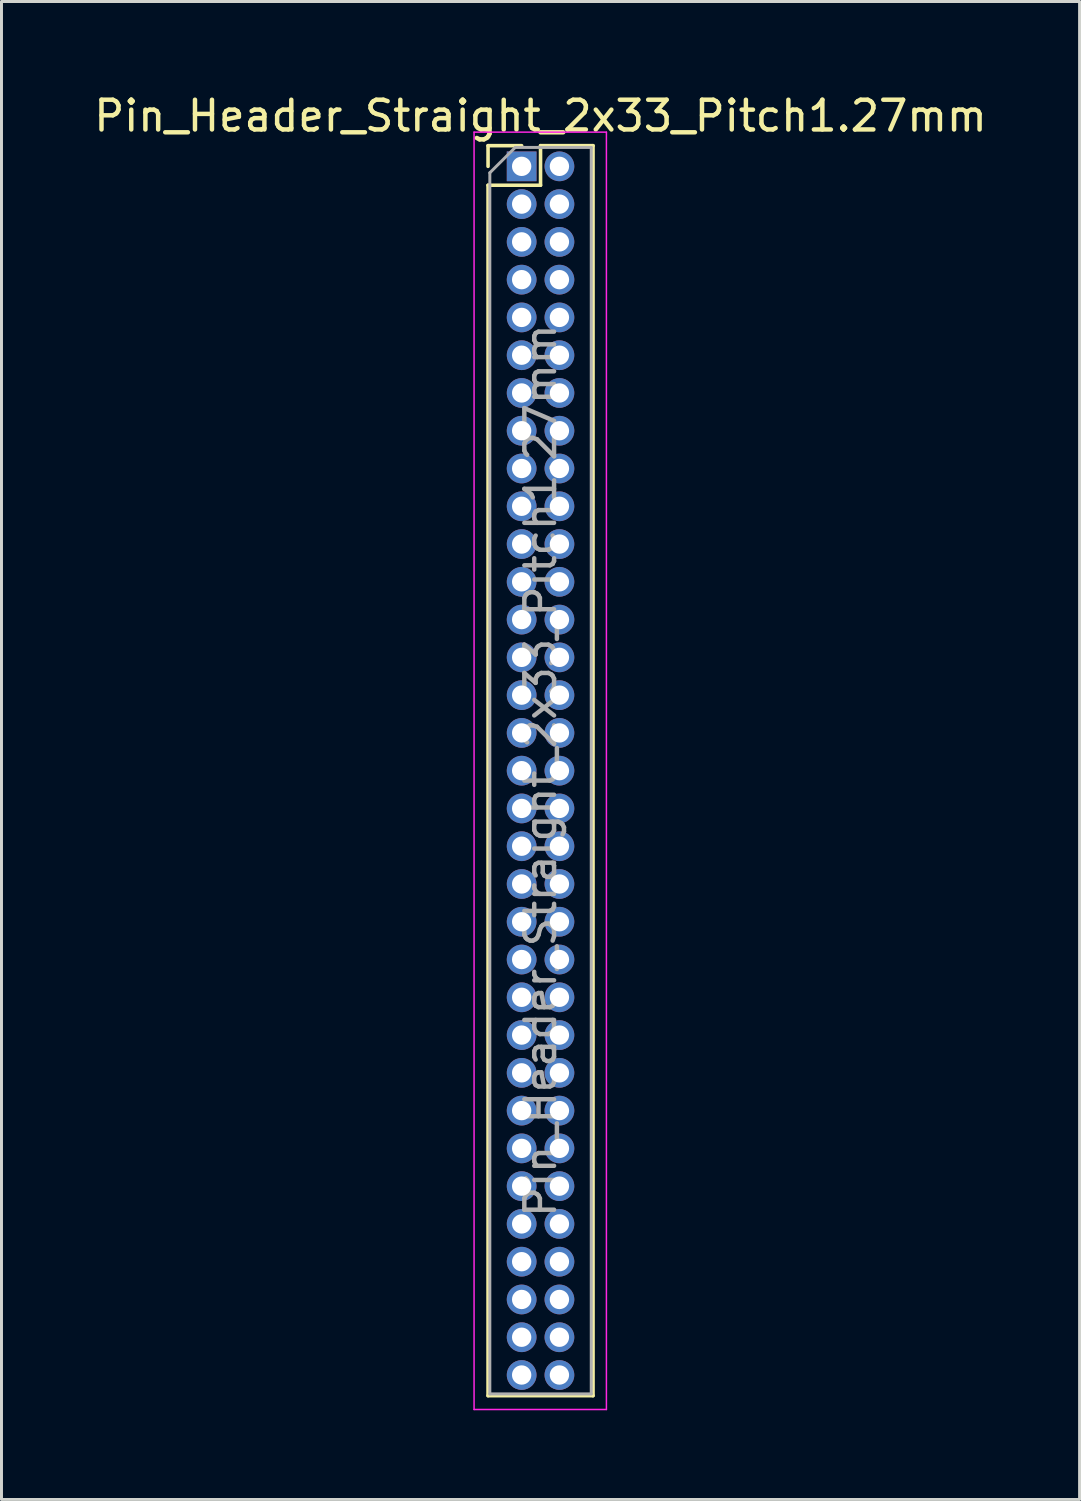
<source format=kicad_pcb>
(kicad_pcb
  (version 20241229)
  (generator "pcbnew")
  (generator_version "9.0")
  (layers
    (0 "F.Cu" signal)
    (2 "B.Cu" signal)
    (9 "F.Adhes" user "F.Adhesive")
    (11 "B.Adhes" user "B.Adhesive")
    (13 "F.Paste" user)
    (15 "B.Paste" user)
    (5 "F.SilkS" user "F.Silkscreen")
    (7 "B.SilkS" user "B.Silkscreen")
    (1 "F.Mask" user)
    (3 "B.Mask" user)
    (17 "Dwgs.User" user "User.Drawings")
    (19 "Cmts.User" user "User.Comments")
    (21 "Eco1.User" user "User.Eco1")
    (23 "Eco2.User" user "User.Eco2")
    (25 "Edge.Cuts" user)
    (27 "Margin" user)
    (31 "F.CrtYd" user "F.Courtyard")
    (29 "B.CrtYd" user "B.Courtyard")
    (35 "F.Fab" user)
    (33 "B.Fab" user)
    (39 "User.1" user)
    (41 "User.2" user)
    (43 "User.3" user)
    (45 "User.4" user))
  (footprint "Pin_Header_Straight_2x33_Pitch1.27mm"
    (layer "F.Cu")
    (at 14.49 2.543)
    (property "Reference" "Pin_Header_Straight_2x33_Pitch1.27mm" (at 0.635 -1.695 0) (layer "F.SilkS") (effects (font (size 1 1) (thickness 0.15))))
    (attr through_hole)
    (fp_line (start -1.13 -0.695) (end 0 -0.695) (stroke (width 0.12) (type solid)) (layer "F.SilkS"))
    (fp_line (start -1.13 0) (end -1.13 -0.695) (stroke (width 0.12) (type solid)) (layer "F.SilkS"))
    (fp_line (start -1.13 0.635) (end -1.13 41.335) (stroke (width 0.12) (type solid)) (layer "F.SilkS"))
    (fp_line (start -1.13 41.335) (end 2.4 41.335) (stroke (width 0.12) (type solid)) (layer "F.SilkS"))
    (fp_line (start 0.635 -0.695) (end 0.635 0.635) (stroke (width 0.12) (type solid)) (layer "F.SilkS"))
    (fp_line (start 0.635 0.635) (end -1.13 0.635) (stroke (width 0.12) (type solid)) (layer "F.SilkS"))
    (fp_line (start 2.4 -0.695) (end 0.635 -0.695) (stroke (width 0.12) (type solid)) (layer "F.SilkS"))
    (fp_line (start 2.4 41.335) (end 2.4 -0.695) (stroke (width 0.12) (type solid)) (layer "F.SilkS"))
    (fp_line (start -1.6 -1.15) (end -1.6 41.8) (stroke (width 0.05) (type solid)) (layer "F.CrtYd"))
    (fp_line (start -1.6 41.8) (end 2.85 41.8) (stroke (width 0.05) (type solid)) (layer "F.CrtYd"))
    (fp_line (start 2.85 -1.15) (end -1.6 -1.15) (stroke (width 0.05) (type solid)) (layer "F.CrtYd"))
    (fp_line (start 2.85 41.8) (end 2.85 -1.15) (stroke (width 0.05) (type solid)) (layer "F.CrtYd"))
    (fp_line (start -1.07 0.217) (end -0.217 -0.635) (stroke (width 0.1) (type solid)) (layer "F.Fab"))
    (fp_line (start -1.07 41.275) (end -1.07 0.217) (stroke (width 0.1) (type solid)) (layer "F.Fab"))
    (fp_line (start -0.217 -0.635) (end 2.34 -0.635) (stroke (width 0.1) (type solid)) (layer "F.Fab"))
    (fp_line (start 2.34 -0.635) (end 2.34 41.275) (stroke (width 0.1) (type solid)) (layer "F.Fab"))
    (fp_line (start 2.34 41.275) (end -1.07 41.275) (stroke (width 0.1) (type solid)) (layer "F.Fab"))
    (fp_text user "${REFERENCE}" (at 0.635 20.32 90) (layer "F.Fab") (effects (font (size 1 1) (thickness 0.15))))
    (pad "1" thru_hole rect (at 0 0) (size 1 1) (drill 0.65) (layers "*.Cu" "*.Mask"))
    (pad "2" thru_hole oval (at 1.27 0) (size 1 1) (drill 0.65) (layers "*.Cu" "*.Mask"))
    (pad "3" thru_hole oval (at 0 1.27) (size 1 1) (drill 0.65) (layers "*.Cu" "*.Mask"))
    (pad "4" thru_hole oval (at 1.27 1.27) (size 1 1) (drill 0.65) (layers "*.Cu" "*.Mask"))
    (pad "5" thru_hole oval (at 0 2.54) (size 1 1) (drill 0.65) (layers "*.Cu" "*.Mask"))
    (pad "6" thru_hole oval (at 1.27 2.54) (size 1 1) (drill 0.65) (layers "*.Cu" "*.Mask"))
    (pad "7" thru_hole oval (at 0 3.81) (size 1 1) (drill 0.65) (layers "*.Cu" "*.Mask"))
    (pad "8" thru_hole oval (at 1.27 3.81) (size 1 1) (drill 0.65) (layers "*.Cu" "*.Mask"))
    (pad "9" thru_hole oval (at 0 5.08) (size 1 1) (drill 0.65) (layers "*.Cu" "*.Mask"))
    (pad "10" thru_hole oval (at 1.27 5.08) (size 1 1) (drill 0.65) (layers "*.Cu" "*.Mask"))
    (pad "11" thru_hole oval (at 0 6.35) (size 1 1) (drill 0.65) (layers "*.Cu" "*.Mask"))
    (pad "12" thru_hole oval (at 1.27 6.35) (size 1 1) (drill 0.65) (layers "*.Cu" "*.Mask"))
    (pad "13" thru_hole oval (at 0 7.62) (size 1 1) (drill 0.65) (layers "*.Cu" "*.Mask"))
    (pad "14" thru_hole oval (at 1.27 7.62) (size 1 1) (drill 0.65) (layers "*.Cu" "*.Mask"))
    (pad "15" thru_hole oval (at 0 8.89) (size 1 1) (drill 0.65) (layers "*.Cu" "*.Mask"))
    (pad "16" thru_hole oval (at 1.27 8.89) (size 1 1) (drill 0.65) (layers "*.Cu" "*.Mask"))
    (pad "17" thru_hole oval (at 0 10.16) (size 1 1) (drill 0.65) (layers "*.Cu" "*.Mask"))
    (pad "18" thru_hole oval (at 1.27 10.16) (size 1 1) (drill 0.65) (layers "*.Cu" "*.Mask"))
    (pad "19" thru_hole oval (at 0 11.43) (size 1 1) (drill 0.65) (layers "*.Cu" "*.Mask"))
    (pad "20" thru_hole oval (at 1.27 11.43) (size 1 1) (drill 0.65) (layers "*.Cu" "*.Mask"))
    (pad "21" thru_hole oval (at 0 12.7) (size 1 1) (drill 0.65) (layers "*.Cu" "*.Mask"))
    (pad "22" thru_hole oval (at 1.27 12.7) (size 1 1) (drill 0.65) (layers "*.Cu" "*.Mask"))
    (pad "23" thru_hole oval (at 0 13.97) (size 1 1) (drill 0.65) (layers "*.Cu" "*.Mask"))
    (pad "24" thru_hole oval (at 1.27 13.97) (size 1 1) (drill 0.65) (layers "*.Cu" "*.Mask"))
    (pad "25" thru_hole oval (at 0 15.24) (size 1 1) (drill 0.65) (layers "*.Cu" "*.Mask"))
    (pad "26" thru_hole oval (at 1.27 15.24) (size 1 1) (drill 0.65) (layers "*.Cu" "*.Mask"))
    (pad "27" thru_hole oval (at 0 16.51) (size 1 1) (drill 0.65) (layers "*.Cu" "*.Mask"))
    (pad "28" thru_hole oval (at 1.27 16.51) (size 1 1) (drill 0.65) (layers "*.Cu" "*.Mask"))
    (pad "29" thru_hole oval (at 0 17.78) (size 1 1) (drill 0.65) (layers "*.Cu" "*.Mask"))
    (pad "30" thru_hole oval (at 1.27 17.78) (size 1 1) (drill 0.65) (layers "*.Cu" "*.Mask"))
    (pad "31" thru_hole oval (at 0 19.05) (size 1 1) (drill 0.65) (layers "*.Cu" "*.Mask"))
    (pad "32" thru_hole oval (at 1.27 19.05) (size 1 1) (drill 0.65) (layers "*.Cu" "*.Mask"))
    (pad "33" thru_hole oval (at 0 20.32) (size 1 1) (drill 0.65) (layers "*.Cu" "*.Mask"))
    (pad "34" thru_hole oval (at 1.27 20.32) (size 1 1) (drill 0.65) (layers "*.Cu" "*.Mask"))
    (pad "35" thru_hole oval (at 0 21.59) (size 1 1) (drill 0.65) (layers "*.Cu" "*.Mask"))
    (pad "36" thru_hole oval (at 1.27 21.59) (size 1 1) (drill 0.65) (layers "*.Cu" "*.Mask"))
    (pad "37" thru_hole oval (at 0 22.86) (size 1 1) (drill 0.65) (layers "*.Cu" "*.Mask"))
    (pad "38" thru_hole oval (at 1.27 22.86) (size 1 1) (drill 0.65) (layers "*.Cu" "*.Mask"))
    (pad "39" thru_hole oval (at 0 24.13) (size 1 1) (drill 0.65) (layers "*.Cu" "*.Mask"))
    (pad "40" thru_hole oval (at 1.27 24.13) (size 1 1) (drill 0.65) (layers "*.Cu" "*.Mask"))
    (pad "41" thru_hole oval (at 0 25.4) (size 1 1) (drill 0.65) (layers "*.Cu" "*.Mask"))
    (pad "42" thru_hole oval (at 1.27 25.4) (size 1 1) (drill 0.65) (layers "*.Cu" "*.Mask"))
    (pad "43" thru_hole oval (at 0 26.67) (size 1 1) (drill 0.65) (layers "*.Cu" "*.Mask"))
    (pad "44" thru_hole oval (at 1.27 26.67) (size 1 1) (drill 0.65) (layers "*.Cu" "*.Mask"))
    (pad "45" thru_hole oval (at 0 27.94) (size 1 1) (drill 0.65) (layers "*.Cu" "*.Mask"))
    (pad "46" thru_hole oval (at 1.27 27.94) (size 1 1) (drill 0.65) (layers "*.Cu" "*.Mask"))
    (pad "47" thru_hole oval (at 0 29.21) (size 1 1) (drill 0.65) (layers "*.Cu" "*.Mask"))
    (pad "48" thru_hole oval (at 1.27 29.21) (size 1 1) (drill 0.65) (layers "*.Cu" "*.Mask"))
    (pad "49" thru_hole oval (at 0 30.48) (size 1 1) (drill 0.65) (layers "*.Cu" "*.Mask"))
    (pad "50" thru_hole oval (at 1.27 30.48) (size 1 1) (drill 0.65) (layers "*.Cu" "*.Mask"))
    (pad "51" thru_hole oval (at 0 31.75) (size 1 1) (drill 0.65) (layers "*.Cu" "*.Mask"))
    (pad "52" thru_hole oval (at 1.27 31.75) (size 1 1) (drill 0.65) (layers "*.Cu" "*.Mask"))
    (pad "53" thru_hole oval (at 0 33.02) (size 1 1) (drill 0.65) (layers "*.Cu" "*.Mask"))
    (pad "54" thru_hole oval (at 1.27 33.02) (size 1 1) (drill 0.65) (layers "*.Cu" "*.Mask"))
    (pad "55" thru_hole oval (at 0 34.29) (size 1 1) (drill 0.65) (layers "*.Cu" "*.Mask"))
    (pad "56" thru_hole oval (at 1.27 34.29) (size 1 1) (drill 0.65) (layers "*.Cu" "*.Mask"))
    (pad "57" thru_hole oval (at 0 35.56) (size 1 1) (drill 0.65) (layers "*.Cu" "*.Mask"))
    (pad "58" thru_hole oval (at 1.27 35.56) (size 1 1) (drill 0.65) (layers "*.Cu" "*.Mask"))
    (pad "59" thru_hole oval (at 0 36.83) (size 1 1) (drill 0.65) (layers "*.Cu" "*.Mask"))
    (pad "60" thru_hole oval (at 1.27 36.83) (size 1 1) (drill 0.65) (layers "*.Cu" "*.Mask"))
    (pad "61" thru_hole oval (at 0 38.1) (size 1 1) (drill 0.65) (layers "*.Cu" "*.Mask"))
    (pad "62" thru_hole oval (at 1.27 38.1) (size 1 1) (drill 0.65) (layers "*.Cu" "*.Mask"))
    (pad "63" thru_hole oval (at 0 39.37) (size 1 1) (drill 0.65) (layers "*.Cu" "*.Mask"))
    (pad "64" thru_hole oval (at 1.27 39.37) (size 1 1) (drill 0.65) (layers "*.Cu" "*.Mask"))
    (pad "65" thru_hole oval (at 0 40.64) (size 1 1) (drill 0.65) (layers "*.Cu" "*.Mask"))
    (pad "66" thru_hole oval (at 1.27 40.64) (size 1 1) (drill 0.65) (layers "*.Cu" "*.Mask")))
  (gr_rect
    (start -3 -3)
    (end 33.25 47.368)
    (stroke (width 0.1) (type default))
    (fill no)
    (layer "Edge.Cuts")))
</source>
